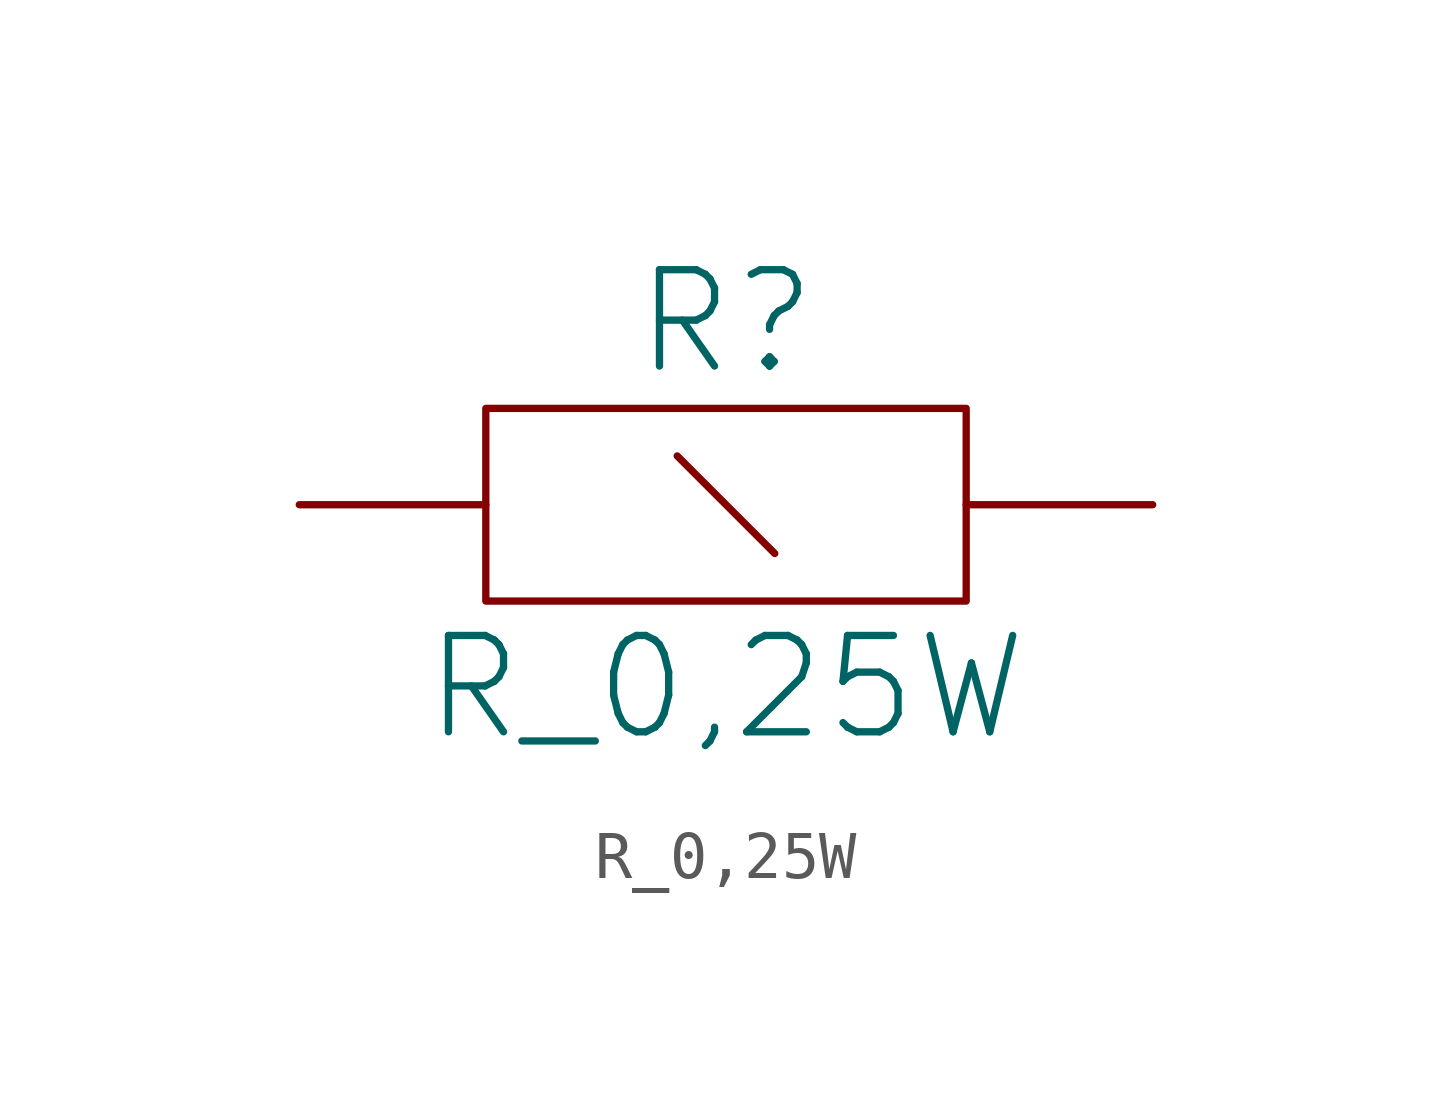
<source format=kicad_sym>
(kicad_symbol_lib
  (version 20231120)
  (generator "kicad_symbol_editor")
  (generator_version "8.0")
  (symbol "R_0,25W"
    (pin_numbers hide)
    (pin_names
      (offset 0) hide)
    (property "Reference" "R"
      (at 0 3.81 0)
      (effects (font (size 2.007 2.007))))
    (property "Value" "R_0,25W"
      (at 0 -3.81 0)
      (effects (font (size 2.007 2.007))))
    (symbol "R_0,25W_0_1"
      (rectangle (start -5.004 2.007) (end 5.004 -2.007) (stroke (width 0) (type solid)) (fill (type none)))
      (polyline (pts (xy -1.016 1.016) (xy 1.016 -1.016)) (stroke (width 0) (type solid)) (fill (type none))))
    (symbol "R_0,25W_1_1"
      (pin passive line (at -8.89 0 0) (length 3.886) (name "~" (effects (font (size 2.007 2.007)))) (number "1" (effects (font (size 2.007 2.007)))))
      (pin passive line (at 8.89 0 180) (length 3.886) (name "~" (effects (font (size 2.007 2.007)))) (number "2" (effects (font (size 2.007 2.007))))))))
</source>
